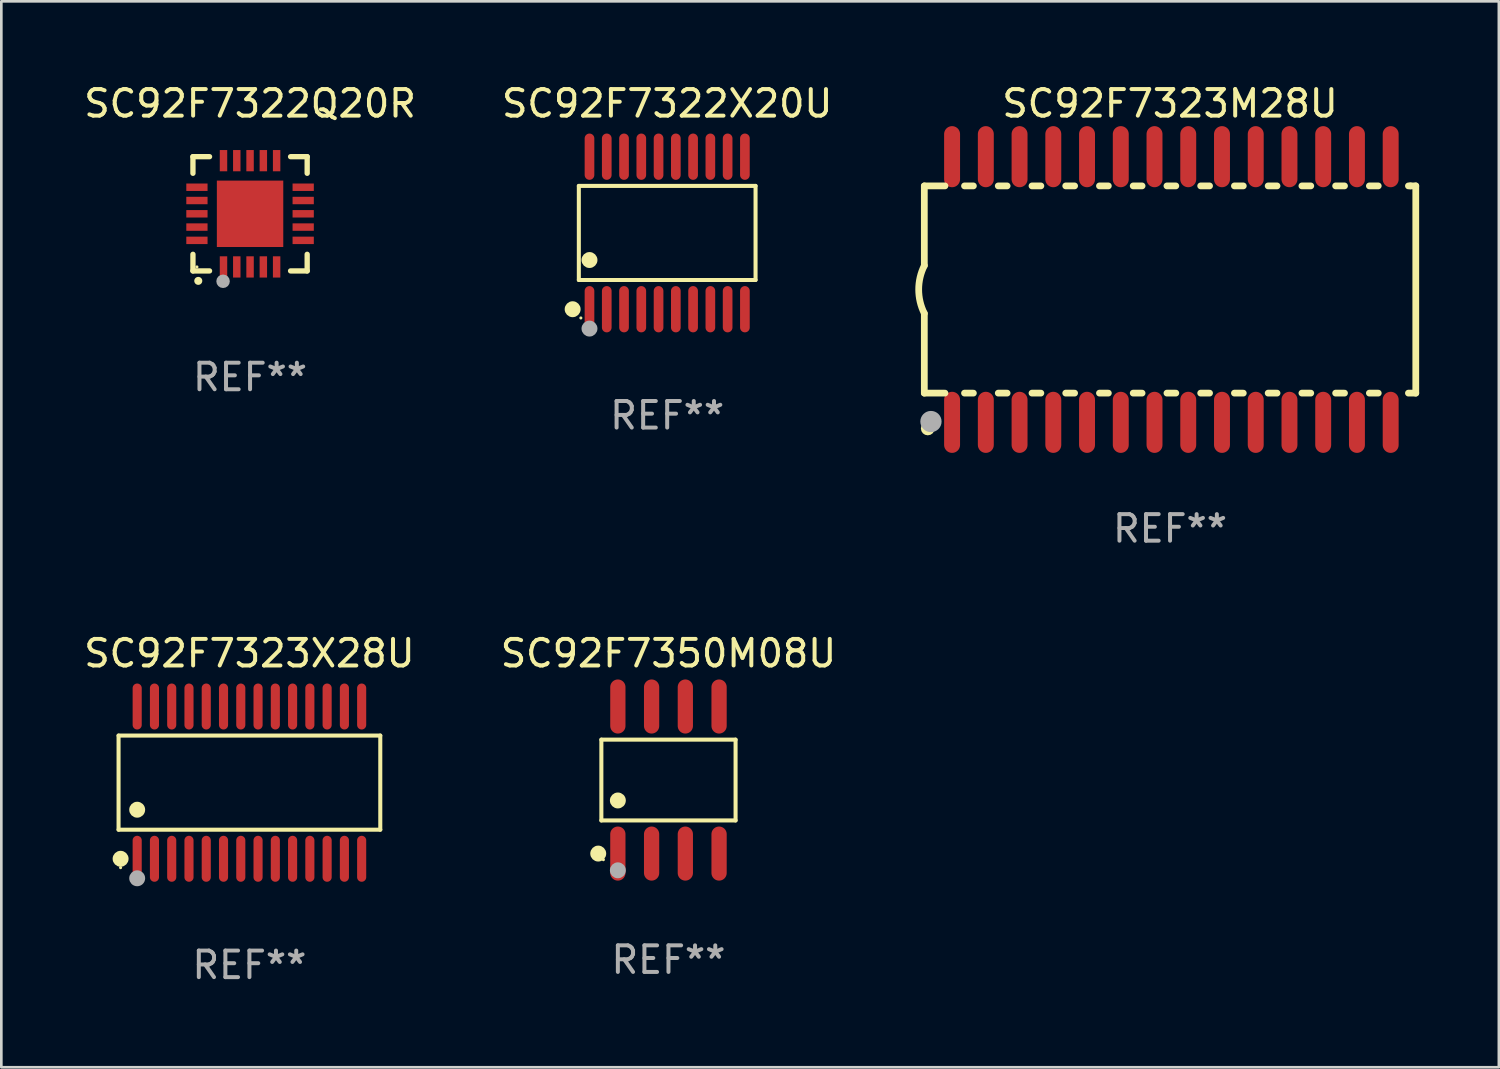
<source format=kicad_pcb>
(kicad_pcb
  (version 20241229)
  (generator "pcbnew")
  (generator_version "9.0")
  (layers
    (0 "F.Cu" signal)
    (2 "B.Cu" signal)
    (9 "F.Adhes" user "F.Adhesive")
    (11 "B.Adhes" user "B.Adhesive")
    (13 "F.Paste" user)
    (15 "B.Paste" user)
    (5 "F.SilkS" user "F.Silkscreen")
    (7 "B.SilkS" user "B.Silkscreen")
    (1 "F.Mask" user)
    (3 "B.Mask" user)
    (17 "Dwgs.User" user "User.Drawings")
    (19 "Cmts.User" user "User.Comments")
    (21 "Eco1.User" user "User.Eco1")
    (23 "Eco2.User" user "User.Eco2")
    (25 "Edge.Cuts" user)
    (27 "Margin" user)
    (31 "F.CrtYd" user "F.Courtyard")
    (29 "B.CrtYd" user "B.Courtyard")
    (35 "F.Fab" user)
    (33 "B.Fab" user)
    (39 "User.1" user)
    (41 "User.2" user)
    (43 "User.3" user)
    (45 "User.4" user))
  (footprint "SC92F7322X20U"
    (layer "F.Cu")
    (at 22.065 5.719)
    (property "Reference" "SC92F7322X20U" (at 0 -4.871 0) (layer "F.SilkS") (effects (font (size 1 1) (thickness 0.15))))
    (attr through_hole)
    (fp_line (start -3.326 -1.771) (end 3.326 -1.771) (stroke (width 0.152) (type solid)) (layer "F.SilkS"))
    (fp_line (start -3.326 1.771) (end -3.326 -1.771) (stroke (width 0.152) (type solid)) (layer "F.SilkS"))
    (fp_line (start 3.326 -1.771) (end 3.326 1.771) (stroke (width 0.152) (type solid)) (layer "F.SilkS"))
    (fp_line (start 3.326 1.771) (end -3.326 1.771) (stroke (width 0.152) (type solid)) (layer "F.SilkS"))
    (fp_circle (center -3.559 2.871) (end -3.409 2.871) (stroke (width 0.3) (type solid)) (fill no) (layer "F.SilkS"))
    (fp_circle (center -3.25 3.2) (end -3.22 3.2) (stroke (width 0.06) (type solid)) (fill no) (layer "F.SilkS"))
    (fp_circle (center -2.925 1.019) (end -2.775 1.019) (stroke (width 0.3) (type solid)) (fill no) (layer "F.SilkS"))
    (fp_circle (center -2.925 3.6) (end -2.775 3.6) (stroke (width 0.3) (type solid)) (fill no) (layer "F.Fab"))
    (fp_text user "REF**" (at 0 6.871 0) (layer "F.Fab") (effects (font (size 1 1) (thickness 0.15))))
    (pad "1" smd oval (at -2.925 2.871) (size 0.364 1.742) (layers "F.Cu" "F.Mask" "F.Paste"))
    (pad "2" smd oval (at -2.275 2.871) (size 0.364 1.742) (layers "F.Cu" "F.Mask" "F.Paste"))
    (pad "3" smd oval (at -1.625 2.871) (size 0.364 1.742) (layers "F.Cu" "F.Mask" "F.Paste"))
    (pad "4" smd oval (at -0.975 2.871) (size 0.364 1.742) (layers "F.Cu" "F.Mask" "F.Paste"))
    (pad "5" smd oval (at -0.325 2.871) (size 0.364 1.742) (layers "F.Cu" "F.Mask" "F.Paste"))
    (pad "6" smd oval (at 0.325 2.871) (size 0.364 1.742) (layers "F.Cu" "F.Mask" "F.Paste"))
    (pad "7" smd oval (at 0.975 2.871) (size 0.364 1.742) (layers "F.Cu" "F.Mask" "F.Paste"))
    (pad "8" smd oval (at 1.625 2.871) (size 0.364 1.742) (layers "F.Cu" "F.Mask" "F.Paste"))
    (pad "9" smd oval (at 2.275 2.871) (size 0.364 1.742) (layers "F.Cu" "F.Mask" "F.Paste"))
    (pad "10" smd oval (at 2.925 2.871) (size 0.364 1.742) (layers "F.Cu" "F.Mask" "F.Paste"))
    (pad "11" smd oval (at 2.925 -2.871) (size 0.364 1.742) (layers "F.Cu" "F.Mask" "F.Paste"))
    (pad "12" smd oval (at 2.275 -2.871) (size 0.364 1.742) (layers "F.Cu" "F.Mask" "F.Paste"))
    (pad "13" smd oval (at 1.625 -2.871) (size 0.364 1.742) (layers "F.Cu" "F.Mask" "F.Paste"))
    (pad "14" smd oval (at 0.975 -2.871) (size 0.364 1.742) (layers "F.Cu" "F.Mask" "F.Paste"))
    (pad "15" smd oval (at 0.325 -2.871) (size 0.364 1.742) (layers "F.Cu" "F.Mask" "F.Paste"))
    (pad "16" smd oval (at -0.325 -2.871) (size 0.364 1.742) (layers "F.Cu" "F.Mask" "F.Paste"))
    (pad "17" smd oval (at -0.975 -2.871) (size 0.364 1.742) (layers "F.Cu" "F.Mask" "F.Paste"))
    (pad "18" smd oval (at -1.625 -2.871) (size 0.364 1.742) (layers "F.Cu" "F.Mask" "F.Paste"))
    (pad "19" smd oval (at -2.275 -2.871) (size 0.364 1.742) (layers "F.Cu" "F.Mask" "F.Paste"))
    (pad "20" smd oval (at -2.925 -2.871) (size 0.364 1.742) (layers "F.Cu" "F.Mask" "F.Paste")))
  (footprint "SC92F7323M28U"
    (layer "F.Cu")
    (at 40.994 7.848)
    (property "Reference" "SC92F7323M28U" (at 0 -7 0) (layer "F.SilkS") (effects (font (size 1 1) (thickness 0.15))))
    (attr through_hole)
    (fp_line (start -9.25 -3.9) (end -9.25 -0.9) (stroke (width 0.254) (type solid)) (layer "F.SilkS"))
    (fp_line (start -9.25 -3.9) (end -8.473 -3.9) (stroke (width 0.254) (type solid)) (layer "F.SilkS"))
    (fp_line (start -9.25 3.9) (end -9.25 0.9) (stroke (width 0.254) (type solid)) (layer "F.SilkS"))
    (fp_line (start -9.25 3.9) (end -8.473 3.9) (stroke (width 0.254) (type solid)) (layer "F.SilkS"))
    (fp_line (start -7.737 -3.9) (end -7.403 -3.9) (stroke (width 0.254) (type solid)) (layer "F.SilkS"))
    (fp_line (start -7.737 3.9) (end -7.403 3.9) (stroke (width 0.254) (type solid)) (layer "F.SilkS"))
    (fp_line (start -6.467 3.9) (end -6.133 3.9) (stroke (width 0.254) (type solid)) (layer "F.SilkS"))
    (fp_line (start -6.467 -3.9) (end -6.133 -3.9) (stroke (width 0.254) (type solid)) (layer "F.SilkS"))
    (fp_line (start -5.197 3.9) (end -4.863 3.9) (stroke (width 0.254) (type solid)) (layer "F.SilkS"))
    (fp_line (start -5.197 -3.9) (end -4.863 -3.9) (stroke (width 0.254) (type solid)) (layer "F.SilkS"))
    (fp_line (start -3.927 3.9) (end -3.593 3.9) (stroke (width 0.254) (type solid)) (layer "F.SilkS"))
    (fp_line (start -3.927 -3.9) (end -3.593 -3.9) (stroke (width 0.254) (type solid)) (layer "F.SilkS"))
    (fp_line (start -2.657 3.9) (end -2.323 3.9) (stroke (width 0.254) (type solid)) (layer "F.SilkS"))
    (fp_line (start -2.657 -3.9) (end -2.323 -3.9) (stroke (width 0.254) (type solid)) (layer "F.SilkS"))
    (fp_line (start -1.387 3.9) (end -1.053 3.9) (stroke (width 0.254) (type solid)) (layer "F.SilkS"))
    (fp_line (start -1.387 -3.9) (end -1.053 -3.9) (stroke (width 0.254) (type solid)) (layer "F.SilkS"))
    (fp_line (start -0.117 3.9) (end 0.217 3.9) (stroke (width 0.254) (type solid)) (layer "F.SilkS"))
    (fp_line (start -0.117 -3.9) (end 0.217 -3.9) (stroke (width 0.254) (type solid)) (layer "F.SilkS"))
    (fp_line (start 1.153 3.9) (end 1.487 3.9) (stroke (width 0.254) (type solid)) (layer "F.SilkS"))
    (fp_line (start 1.153 -3.9) (end 1.487 -3.9) (stroke (width 0.254) (type solid)) (layer "F.SilkS"))
    (fp_line (start 2.423 3.9) (end 2.757 3.9) (stroke (width 0.254) (type solid)) (layer "F.SilkS"))
    (fp_line (start 2.423 -3.9) (end 2.757 -3.9) (stroke (width 0.254) (type solid)) (layer "F.SilkS"))
    (fp_line (start 3.693 3.9) (end 4.027 3.9) (stroke (width 0.254) (type solid)) (layer "F.SilkS"))
    (fp_line (start 3.693 -3.9) (end 4.027 -3.9) (stroke (width 0.254) (type solid)) (layer "F.SilkS"))
    (fp_line (start 4.963 3.9) (end 5.297 3.9) (stroke (width 0.254) (type solid)) (layer "F.SilkS"))
    (fp_line (start 4.963 -3.9) (end 5.297 -3.9) (stroke (width 0.254) (type solid)) (layer "F.SilkS"))
    (fp_line (start 6.233 3.9) (end 6.567 3.9) (stroke (width 0.254) (type solid)) (layer "F.SilkS"))
    (fp_line (start 6.233 -3.9) (end 6.567 -3.9) (stroke (width 0.254) (type solid)) (layer "F.SilkS"))
    (fp_line (start 7.503 -3.9) (end 7.837 -3.9) (stroke (width 0.254) (type solid)) (layer "F.SilkS"))
    (fp_line (start 7.503 3.9) (end 7.837 3.9) (stroke (width 0.254) (type solid)) (layer "F.SilkS"))
    (fp_line (start 8.973 -3.9) (end 9.05 -3.9) (stroke (width 0.254) (type solid)) (layer "F.SilkS"))
    (fp_line (start 8.973 3.9) (end 9.25 3.9) (stroke (width 0.254) (type solid)) (layer "F.SilkS"))
    (fp_line (start 9.05 -3.9) (end 9.25 -3.9) (stroke (width 0.254) (type solid)) (layer "F.SilkS"))
    (fp_line (start 9.25 -3.9) (end 9.25 3.9) (stroke (width 0.254) (type solid)) (layer "F.SilkS"))
    (fp_arc (start -9.249619 0.900432) (mid -9.462013 0.000246) (end -9.249873 -0.9) (stroke (width 0.254001) (type solid)) (layer "F.SilkS"))
    (fp_circle (center -9.2 5.3) (end -9.17 5.3) (stroke (width 0.06) (type solid)) (fill no) (layer "F.SilkS"))
    (fp_circle (center -9.12 5.23) (end -8.988 5.23) (stroke (width 0.254) (type solid)) (fill no) (layer "F.SilkS"))
    (fp_circle (center -9 4.97) (end -8.8 4.97) (stroke (width 0.4) (type solid)) (fill no) (layer "F.Fab"))
    (fp_text user "REF**" (at 0 9 0) (layer "F.Fab") (effects (font (size 1 1) (thickness 0.15))))
    (pad "1" smd oval (at -8.205 5) (size 0.6 2.3) (layers "F.Cu" "F.Mask" "F.Paste"))
    (pad "2" smd oval (at -6.935 5) (size 0.6 2.3) (layers "F.Cu" "F.Mask" "F.Paste"))
    (pad "3" smd oval (at -5.665 5) (size 0.6 2.3) (layers "F.Cu" "F.Mask" "F.Paste"))
    (pad "4" smd oval (at -4.395 5) (size 0.6 2.3) (layers "F.Cu" "F.Mask" "F.Paste"))
    (pad "5" smd oval (at -3.125 5) (size 0.6 2.3) (layers "F.Cu" "F.Mask" "F.Paste"))
    (pad "6" smd oval (at -1.855 5) (size 0.6 2.3) (layers "F.Cu" "F.Mask" "F.Paste"))
    (pad "7" smd oval (at -0.585 5) (size 0.6 2.3) (layers "F.Cu" "F.Mask" "F.Paste"))
    (pad "8" smd oval (at 0.685 5) (size 0.6 2.3) (layers "F.Cu" "F.Mask" "F.Paste"))
    (pad "9" smd oval (at 1.955 5) (size 0.6 2.3) (layers "F.Cu" "F.Mask" "F.Paste"))
    (pad "10" smd oval (at 3.225 5) (size 0.6 2.3) (layers "F.Cu" "F.Mask" "F.Paste"))
    (pad "11" smd oval (at 4.495 5) (size 0.6 2.3) (layers "F.Cu" "F.Mask" "F.Paste"))
    (pad "12" smd oval (at 5.765 5) (size 0.6 2.3) (layers "F.Cu" "F.Mask" "F.Paste"))
    (pad "13" smd oval (at 7.035 5) (size 0.6 2.3) (layers "F.Cu" "F.Mask" "F.Paste"))
    (pad "14" smd oval (at 8.305 5) (size 0.6 2.3) (layers "F.Cu" "F.Mask" "F.Paste"))
    (pad "15" smd oval (at 8.305 -5) (size 0.6 2.3) (layers "F.Cu" "F.Mask" "F.Paste"))
    (pad "16" smd oval (at 7.035 -5) (size 0.6 2.3) (layers "F.Cu" "F.Mask" "F.Paste"))
    (pad "17" smd oval (at 5.765 -5) (size 0.6 2.3) (layers "F.Cu" "F.Mask" "F.Paste"))
    (pad "18" smd oval (at 4.495 -5) (size 0.6 2.3) (layers "F.Cu" "F.Mask" "F.Paste"))
    (pad "19" smd oval (at 3.225 -5) (size 0.6 2.3) (layers "F.Cu" "F.Mask" "F.Paste"))
    (pad "20" smd oval (at 1.955 -5) (size 0.6 2.3) (layers "F.Cu" "F.Mask" "F.Paste"))
    (pad "21" smd oval (at 0.685 -5) (size 0.6 2.3) (layers "F.Cu" "F.Mask" "F.Paste"))
    (pad "22" smd oval (at -0.585 -5) (size 0.6 2.3) (layers "F.Cu" "F.Mask" "F.Paste"))
    (pad "23" smd oval (at -1.855 -5) (size 0.6 2.3) (layers "F.Cu" "F.Mask" "F.Paste"))
    (pad "24" smd oval (at -3.125 -5) (size 0.6 2.3) (layers "F.Cu" "F.Mask" "F.Paste"))
    (pad "25" smd oval (at -4.395 -5) (size 0.6 2.3) (layers "F.Cu" "F.Mask" "F.Paste"))
    (pad "26" smd oval (at -5.665 -5) (size 0.6 2.3) (layers "F.Cu" "F.Mask" "F.Paste"))
    (pad "27" smd oval (at -6.935 -5) (size 0.6 2.3) (layers "F.Cu" "F.Mask" "F.Paste"))
    (pad "28" smd oval (at -8.205 -5) (size 0.6 2.3) (layers "F.Cu" "F.Mask" "F.Paste")))
  (footprint "SC92F7323X28U"
    (layer "F.Cu")
    (at 6.339 26.411)
    (property "Reference" "SC92F7323X28U" (at 0 -4.866 0) (layer "F.SilkS") (effects (font (size 1 1) (thickness 0.15))))
    (attr through_hole)
    (fp_line (start -4.926 -1.772) (end 4.926 -1.772) (stroke (width 0.152) (type solid)) (layer "F.SilkS"))
    (fp_line (start -4.926 1.771) (end -4.926 -1.772) (stroke (width 0.152) (type solid)) (layer "F.SilkS"))
    (fp_line (start 4.926 -1.772) (end 4.926 1.771) (stroke (width 0.152) (type solid)) (layer "F.SilkS"))
    (fp_line (start 4.926 1.771) (end -4.926 1.771) (stroke (width 0.152) (type solid)) (layer "F.SilkS"))
    (fp_circle (center -4.85 3.2) (end -4.82 3.2) (stroke (width 0.06) (type solid)) (fill no) (layer "F.SilkS"))
    (fp_circle (center -4.849 2.866) (end -4.699 2.866) (stroke (width 0.3) (type solid)) (fill no) (layer "F.SilkS"))
    (fp_circle (center -4.225 1.019) (end -4.075 1.019) (stroke (width 0.3) (type solid)) (fill no) (layer "F.SilkS"))
    (fp_circle (center -4.225 3.6) (end -4.075 3.6) (stroke (width 0.3) (type solid)) (fill no) (layer "F.Fab"))
    (fp_text user "REF**" (at 0 6.866 0) (layer "F.Fab") (effects (font (size 1 1) (thickness 0.15))))
    (pad "1" smd oval (at -4.225 2.866) (size 0.343 1.731) (layers "F.Cu" "F.Mask" "F.Paste"))
    (pad "2" smd oval (at -3.575 2.866) (size 0.343 1.731) (layers "F.Cu" "F.Mask" "F.Paste"))
    (pad "3" smd oval (at -2.925 2.866) (size 0.343 1.731) (layers "F.Cu" "F.Mask" "F.Paste"))
    (pad "4" smd oval (at -2.275 2.866) (size 0.343 1.731) (layers "F.Cu" "F.Mask" "F.Paste"))
    (pad "5" smd oval (at -1.625 2.866) (size 0.343 1.731) (layers "F.Cu" "F.Mask" "F.Paste"))
    (pad "6" smd oval (at -0.975 2.866) (size 0.343 1.731) (layers "F.Cu" "F.Mask" "F.Paste"))
    (pad "7" smd oval (at -0.325 2.866) (size 0.343 1.731) (layers "F.Cu" "F.Mask" "F.Paste"))
    (pad "8" smd oval (at 0.325 2.866) (size 0.343 1.731) (layers "F.Cu" "F.Mask" "F.Paste"))
    (pad "9" smd oval (at 0.975 2.866) (size 0.343 1.731) (layers "F.Cu" "F.Mask" "F.Paste"))
    (pad "10" smd oval (at 1.625 2.866) (size 0.343 1.731) (layers "F.Cu" "F.Mask" "F.Paste"))
    (pad "11" smd oval (at 2.275 2.866) (size 0.343 1.731) (layers "F.Cu" "F.Mask" "F.Paste"))
    (pad "12" smd oval (at 2.925 2.866) (size 0.343 1.731) (layers "F.Cu" "F.Mask" "F.Paste"))
    (pad "13" smd oval (at 3.575 2.866) (size 0.343 1.731) (layers "F.Cu" "F.Mask" "F.Paste"))
    (pad "14" smd oval (at 4.225 2.866) (size 0.343 1.731) (layers "F.Cu" "F.Mask" "F.Paste"))
    (pad "15" smd oval (at 4.225 -2.866) (size 0.343 1.731) (layers "F.Cu" "F.Mask" "F.Paste"))
    (pad "16" smd oval (at 3.575 -2.866) (size 0.343 1.731) (layers "F.Cu" "F.Mask" "F.Paste"))
    (pad "17" smd oval (at 2.925 -2.866) (size 0.343 1.731) (layers "F.Cu" "F.Mask" "F.Paste"))
    (pad "18" smd oval (at 2.275 -2.866) (size 0.343 1.731) (layers "F.Cu" "F.Mask" "F.Paste"))
    (pad "19" smd oval (at 1.625 -2.866) (size 0.343 1.731) (layers "F.Cu" "F.Mask" "F.Paste"))
    (pad "20" smd oval (at 0.975 -2.866) (size 0.343 1.731) (layers "F.Cu" "F.Mask" "F.Paste"))
    (pad "21" smd oval (at 0.325 -2.866) (size 0.343 1.731) (layers "F.Cu" "F.Mask" "F.Paste"))
    (pad "22" smd oval (at -0.325 -2.866) (size 0.343 1.731) (layers "F.Cu" "F.Mask" "F.Paste"))
    (pad "23" smd oval (at -0.975 -2.866) (size 0.343 1.731) (layers "F.Cu" "F.Mask" "F.Paste"))
    (pad "24" smd oval (at -1.625 -2.866) (size 0.343 1.731) (layers "F.Cu" "F.Mask" "F.Paste"))
    (pad "25" smd oval (at -2.275 -2.866) (size 0.343 1.731) (layers "F.Cu" "F.Mask" "F.Paste"))
    (pad "26" smd oval (at -2.925 -2.866) (size 0.343 1.731) (layers "F.Cu" "F.Mask" "F.Paste"))
    (pad "27" smd oval (at -3.575 -2.866) (size 0.343 1.731) (layers "F.Cu" "F.Mask" "F.Paste"))
    (pad "28" smd oval (at -4.225 -2.866) (size 0.343 1.731) (layers "F.Cu" "F.Mask" "F.Paste")))
  (footprint "SC92F7322Q20R"
    (layer "F.Cu")
    (at 6.363 4.998)
    (property "Reference" "SC92F7322Q20R" (at 0 -4.15 0) (layer "F.SilkS") (effects (font (size 1 1) (thickness 0.15))))
    (attr through_hole)
    (fp_line (start -2.15 -2.15) (end -2.15 -1.525) (stroke (width 0.2) (type solid)) (layer "F.SilkS"))
    (fp_line (start -2.15 2.15) (end -2.15 1.525) (stroke (width 0.2) (type solid)) (layer "F.SilkS"))
    (fp_line (start -1.525 -2.15) (end -2.15 -2.15) (stroke (width 0.2) (type solid)) (layer "F.SilkS"))
    (fp_line (start -1.525 2.15) (end -2.15 2.15) (stroke (width 0.2) (type solid)) (layer "F.SilkS"))
    (fp_line (start 1.525 2.15) (end 2.15 2.15) (stroke (width 0.2) (type solid)) (layer "F.SilkS"))
    (fp_line (start 2.15 -2.15) (end 1.525 -2.15) (stroke (width 0.2) (type solid)) (layer "F.SilkS"))
    (fp_line (start 2.15 -1.525) (end 2.15 -2.15) (stroke (width 0.2) (type solid)) (layer "F.SilkS"))
    (fp_line (start 2.15 2.15) (end 2.15 1.525) (stroke (width 0.2) (type solid)) (layer "F.SilkS"))
    (fp_arc (start -1.950724 2.524765) (mid -1.949454 2.52476) (end -1.948184 2.524765) (stroke (width 0.3) (type solid)) (layer "F.SilkS"))
    (fp_circle (center -2 2) (end -1.97 2) (stroke (width 0.06) (type solid)) (fill no) (layer "F.SilkS"))
    (fp_circle (center -1.016 2.54) (end -0.889 2.54) (stroke (width 0.254) (type solid)) (fill no) (layer "F.Fab"))
    (fp_text user "REF**" (at 0 6.15 0) (layer "F.Fab") (effects (font (size 1 1) (thickness 0.15))))
    (pad "1" smd rect (at -1 2) (size 0.28 0.8) (layers "F.Cu" "F.Mask" "F.Paste"))
    (pad "2" smd rect (at -0.5 2) (size 0.28 0.8) (layers "F.Cu" "F.Mask" "F.Paste"))
    (pad "3" smd rect (at 0 2) (size 0.28 0.8) (layers "F.Cu" "F.Mask" "F.Paste"))
    (pad "4" smd rect (at 0.5 2) (size 0.28 0.8) (layers "F.Cu" "F.Mask" "F.Paste"))
    (pad "5" smd rect (at 1 2) (size 0.28 0.8) (layers "F.Cu" "F.Mask" "F.Paste"))
    (pad "6" smd rect (at 2 1) (size 0.8 0.28) (layers "F.Cu" "F.Mask" "F.Paste"))
    (pad "7" smd rect (at 2 0.5) (size 0.8 0.28) (layers "F.Cu" "F.Mask" "F.Paste"))
    (pad "8" smd rect (at 2 0) (size 0.8 0.28) (layers "F.Cu" "F.Mask" "F.Paste"))
    (pad "9" smd rect (at 2 -0.5) (size 0.8 0.28) (layers "F.Cu" "F.Mask" "F.Paste"))
    (pad "10" smd rect (at 2 -1) (size 0.8 0.28) (layers "F.Cu" "F.Mask" "F.Paste"))
    (pad "11" smd rect (at 1 -2) (size 0.28 0.8) (layers "F.Cu" "F.Mask" "F.Paste"))
    (pad "12" smd rect (at 0.5 -2) (size 0.28 0.8) (layers "F.Cu" "F.Mask" "F.Paste"))
    (pad "13" smd rect (at 0 -2) (size 0.28 0.8) (layers "F.Cu" "F.Mask" "F.Paste"))
    (pad "14" smd rect (at -0.5 -2) (size 0.28 0.8) (layers "F.Cu" "F.Mask" "F.Paste"))
    (pad "15" smd rect (at -1 -2) (size 0.28 0.8) (layers "F.Cu" "F.Mask" "F.Paste"))
    (pad "16" smd rect (at -2 -1) (size 0.8 0.28) (layers "F.Cu" "F.Mask" "F.Paste"))
    (pad "17" smd rect (at -2 -0.5) (size 0.8 0.28) (layers "F.Cu" "F.Mask" "F.Paste"))
    (pad "18" smd rect (at -2 0) (size 0.8 0.28) (layers "F.Cu" "F.Mask" "F.Paste"))
    (pad "19" smd rect (at -2 0.5) (size 0.8 0.28) (layers "F.Cu" "F.Mask" "F.Paste"))
    (pad "20" smd rect (at -2 1) (size 0.8 0.28) (layers "F.Cu" "F.Mask" "F.Paste"))
    (pad "21" smd rect (at 0 0) (size 2.5 2.5) (layers "F.Cu" "F.Mask" "F.Paste")))
  (footprint "SC92F7350M08U"
    (layer "F.Cu")
    (at 22.113 26.313)
    (property "Reference" "SC92F7350M08U" (at 0 -4.768 0) (layer "F.SilkS") (effects (font (size 1 1) (thickness 0.15))))
    (attr through_hole)
    (fp_line (start -2.526 -1.521) (end 2.526 -1.521) (stroke (width 0.152) (type solid)) (layer "F.SilkS"))
    (fp_line (start -2.526 1.521) (end -2.526 -1.521) (stroke (width 0.152) (type solid)) (layer "F.SilkS"))
    (fp_line (start 2.526 -1.521) (end 2.526 1.521) (stroke (width 0.152) (type solid)) (layer "F.SilkS"))
    (fp_line (start 2.526 1.521) (end -2.526 1.521) (stroke (width 0.152) (type solid)) (layer "F.SilkS"))
    (fp_circle (center -2.644 2.768) (end -2.494 2.768) (stroke (width 0.3) (type solid)) (fill no) (layer "F.SilkS"))
    (fp_circle (center -2.45 2.998) (end -2.42 2.998) (stroke (width 0.06) (type solid)) (fill no) (layer "F.SilkS"))
    (fp_circle (center -1.905 0.769) (end -1.755 0.769) (stroke (width 0.3) (type solid)) (fill no) (layer "F.SilkS"))
    (fp_circle (center -1.905 3.398) (end -1.755 3.398) (stroke (width 0.3) (type solid)) (fill no) (layer "F.Fab"))
    (fp_text user "REF**" (at 0 6.768 0) (layer "F.Fab") (effects (font (size 1 1) (thickness 0.15))))
    (pad "1" smd oval (at -1.905 2.768) (size 0.574 2.036) (layers "F.Cu" "F.Mask" "F.Paste"))
    (pad "2" smd oval (at -0.635 2.768) (size 0.574 2.036) (layers "F.Cu" "F.Mask" "F.Paste"))
    (pad "3" smd oval (at 0.635 2.768) (size 0.574 2.036) (layers "F.Cu" "F.Mask" "F.Paste"))
    (pad "4" smd oval (at 1.905 2.768) (size 0.574 2.036) (layers "F.Cu" "F.Mask" "F.Paste"))
    (pad "5" smd oval (at 1.905 -2.768) (size 0.574 2.036) (layers "F.Cu" "F.Mask" "F.Paste"))
    (pad "6" smd oval (at 0.635 -2.768) (size 0.574 2.036) (layers "F.Cu" "F.Mask" "F.Paste"))
    (pad "7" smd oval (at -0.635 -2.768) (size 0.574 2.036) (layers "F.Cu" "F.Mask" "F.Paste"))
    (pad "8" smd oval (at -1.905 -2.768) (size 0.574 2.036) (layers "F.Cu" "F.Mask" "F.Paste")))
  (gr_rect
    (start -3 -3)
    (end 53.371 37.125)
    (stroke (width 0.1) (type default))
    (fill no)
    (layer "Edge.Cuts")))
</source>
